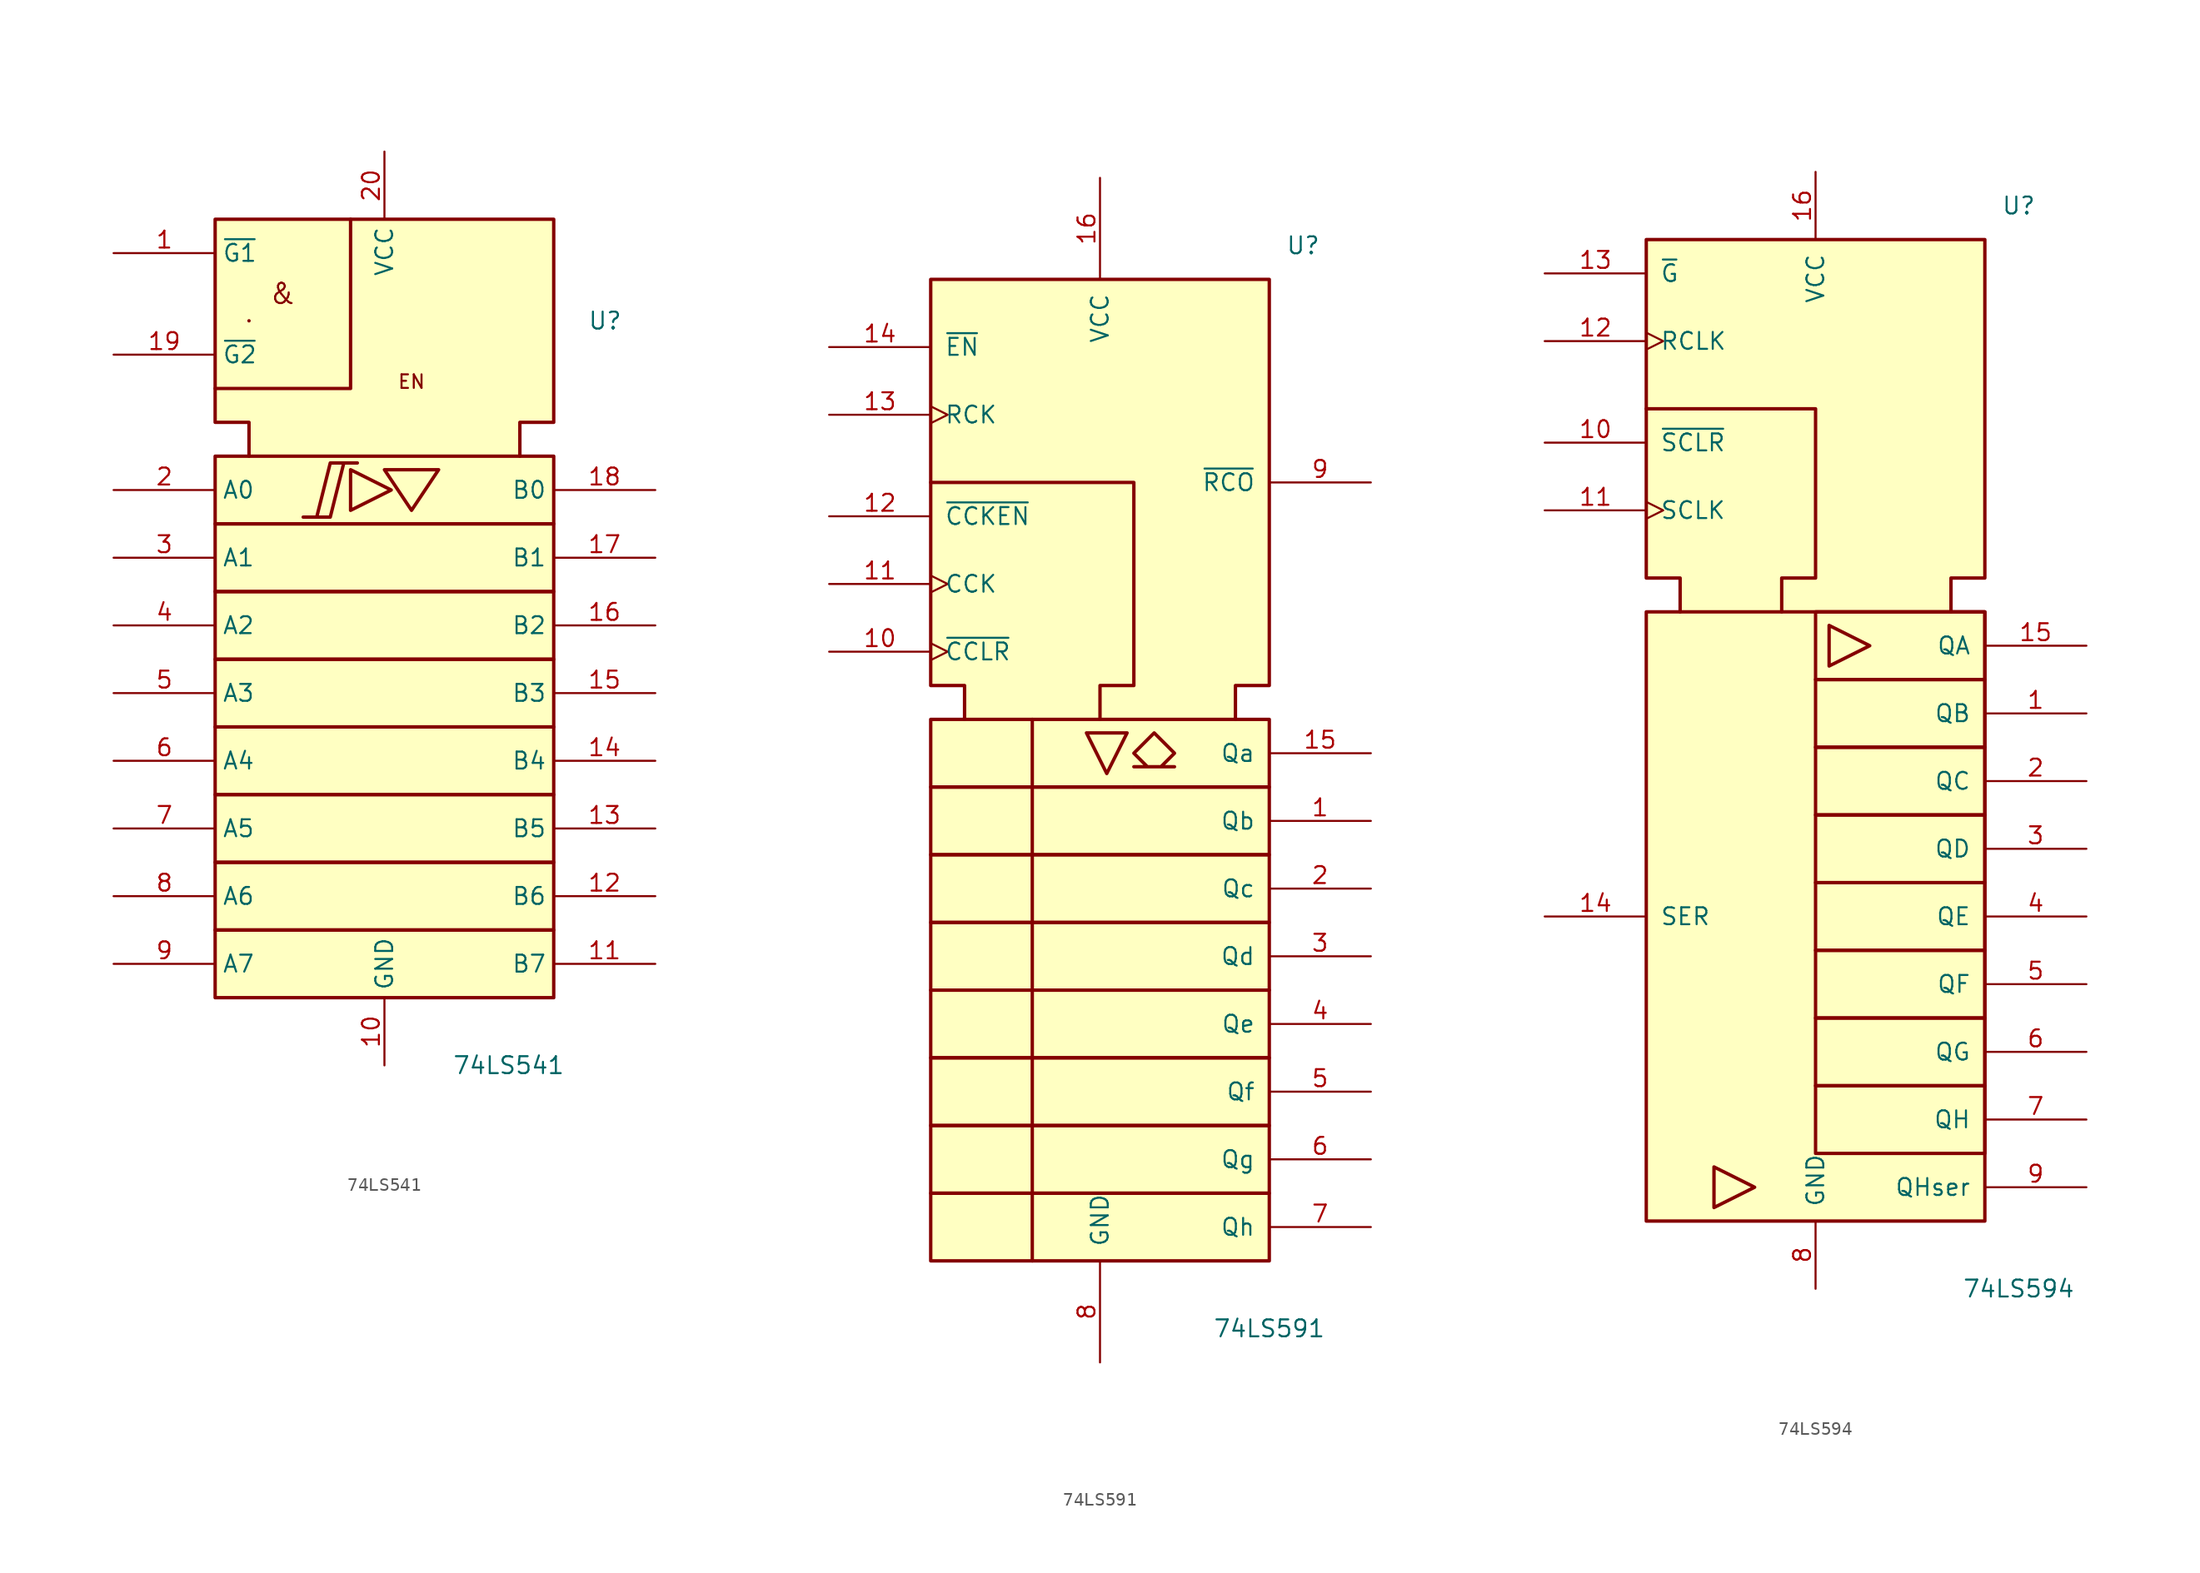
<source format=kicad_sym>
(kicad_symbol_lib
  (version 20241209)
  (generator "kicad_symbol_editor")
  (generator_version "9.0")
  (symbol "74LS541"
    (property "Reference" "U"
      (at 15.24 25.4 0)
      (effects (font (size 1.27 1.27)) (justify left)))
    (property "Value" "74LS541"
      (at 5.08 -30.48 0)
      (effects (font (size 1.27 1.27)) (justify left)))
    (symbol "74LS541_0_0"
      (polyline (pts (xy -10.16 25.4) (xy -10.16 25.4) (xy -10.16 25.4)) (stroke (width 0.254) (type default)) (fill (type background)))
      (polyline (pts (xy -6.096 10.668) (xy -4.064 10.668) (xy -3.048 14.732) (xy -2.032 14.732) (xy -4.064 14.732) (xy -5.08 10.668) (xy -5.08 10.668)) (stroke (width 0.254) (type default)) (fill (type background)))
      (polyline (pts (xy -2.54 33.02) (xy -2.54 20.32) (xy -12.7 20.32) (xy -12.7 20.32)) (stroke (width 0.254) (type default)) (fill (type background)))
      (polyline (pts (xy -2.54 14.224) (xy -2.54 11.176) (xy 0.508 12.7) (xy -2.54 14.224) (xy -2.54 14.224)) (stroke (width 0.254) (type default)) (fill (type background)))
      (polyline (pts (xy 0 14.224) (xy 4.064 14.224) (xy 2.032 11.176) (xy 0 14.224) (xy 0 14.224)) (stroke (width 0.254) (type default)) (fill (type background)))
      (text "&" (at -7.62 27.432 0) (effects (font (size 1.524 1.524))))
      (text "EN" (at 2.032 20.828 0) (effects (font (size 1.016 1.016))))
      (pin power_in line (at 0 38.1 270) (length 5.08) (name "VCC" (effects (font (size 1.27 1.27)))) (number "20" (effects (font (size 1.27 1.27)))))
      (pin power_in line (at 0 -30.48 90) (length 5.08) (name "GND" (effects (font (size 1.27 1.27)))) (number "10" (effects (font (size 1.27 1.27))))))
    (symbol "74LS541_0_1"
      (rectangle (start -12.7 15.24) (end 12.7 10.16) (stroke (width 0.254) (type default)) (fill (type background)))
      (rectangle (start -12.7 10.16) (end 12.7 5.08) (stroke (width 0.254) (type default)) (fill (type background)))
      (rectangle (start -12.7 5.08) (end 12.7 0) (stroke (width 0.254) (type default)) (fill (type background)))
      (rectangle (start -12.7 0) (end 12.7 -5.08) (stroke (width 0.254) (type default)) (fill (type background)))
      (rectangle (start -12.7 -5.08) (end 12.7 -10.16) (stroke (width 0.254) (type default)) (fill (type background)))
      (rectangle (start -12.7 -10.16) (end 12.7 -15.24) (stroke (width 0.254) (type default)) (fill (type background)))
      (rectangle (start -12.7 -15.24) (end 12.7 -20.32) (stroke (width 0.254) (type default)) (fill (type background)))
      (rectangle (start -12.7 -20.32) (end 12.7 -25.4) (stroke (width 0.254) (type default)) (fill (type background)))
      (polyline (pts (xy -10.16 15.24) (xy -10.16 17.78) (xy -12.7 17.78) (xy -12.7 33.02) (xy 12.7 33.02) (xy 12.7 17.78) (xy 10.16 17.78) (xy 10.16 15.24) (xy 10.16 15.24)) (stroke (width 0.254) (type default)) (fill (type background))))
    (symbol "74LS541_1_1"
      (pin input line (at -20.32 30.48 0) (length 7.62) (name "~{G1}" (effects (font (size 1.27 1.27)))) (number "1" (effects (font (size 1.27 1.27)))))
      (pin input line (at -20.32 22.86 0) (length 7.62) (name "~{G2}" (effects (font (size 1.27 1.27)))) (number "19" (effects (font (size 1.27 1.27)))))
      (pin input line (at -20.32 12.7 0) (length 7.62) (name "A0" (effects (font (size 1.27 1.27)))) (number "2" (effects (font (size 1.27 1.27)))))
      (pin input line (at -20.32 7.62 0) (length 7.62) (name "A1" (effects (font (size 1.27 1.27)))) (number "3" (effects (font (size 1.27 1.27)))))
      (pin input line (at -20.32 2.54 0) (length 7.62) (name "A2" (effects (font (size 1.27 1.27)))) (number "4" (effects (font (size 1.27 1.27)))))
      (pin input line (at -20.32 -2.54 0) (length 7.62) (name "A3" (effects (font (size 1.27 1.27)))) (number "5" (effects (font (size 1.27 1.27)))))
      (pin input line (at -20.32 -7.62 0) (length 7.62) (name "A4" (effects (font (size 1.27 1.27)))) (number "6" (effects (font (size 1.27 1.27)))))
      (pin input line (at -20.32 -12.7 0) (length 7.62) (name "A5" (effects (font (size 1.27 1.27)))) (number "7" (effects (font (size 1.27 1.27)))))
      (pin input line (at -20.32 -17.78 0) (length 7.62) (name "A6" (effects (font (size 1.27 1.27)))) (number "8" (effects (font (size 1.27 1.27)))))
      (pin input line (at -20.32 -22.86 0) (length 7.62) (name "A7" (effects (font (size 1.27 1.27)))) (number "9" (effects (font (size 1.27 1.27)))))
      (pin tri_state line (at 20.32 12.7 180) (length 7.62) (name "B0" (effects (font (size 1.27 1.27)))) (number "18" (effects (font (size 1.27 1.27)))))
      (pin tri_state line (at 20.32 7.62 180) (length 7.62) (name "B1" (effects (font (size 1.27 1.27)))) (number "17" (effects (font (size 1.27 1.27)))))
      (pin tri_state line (at 20.32 2.54 180) (length 7.62) (name "B2" (effects (font (size 1.27 1.27)))) (number "16" (effects (font (size 1.27 1.27)))))
      (pin tri_state line (at 20.32 -2.54 180) (length 7.62) (name "B3" (effects (font (size 1.27 1.27)))) (number "15" (effects (font (size 1.27 1.27)))))
      (pin tri_state line (at 20.32 -7.62 180) (length 7.62) (name "B4" (effects (font (size 1.27 1.27)))) (number "14" (effects (font (size 1.27 1.27)))))
      (pin tri_state line (at 20.32 -12.7 180) (length 7.62) (name "B5" (effects (font (size 1.27 1.27)))) (number "13" (effects (font (size 1.27 1.27)))))
      (pin tri_state line (at 20.32 -17.78 180) (length 7.62) (name "B6" (effects (font (size 1.27 1.27)))) (number "12" (effects (font (size 1.27 1.27)))))
      (pin tri_state line (at 20.32 -22.86 180) (length 7.62) (name "B7" (effects (font (size 1.27 1.27)))) (number "11" (effects (font (size 1.27 1.27)))))))
  (symbol "74LS591"
    (pin_names
      (offset 1.016))
    (property "Reference" "U"
      (at 15.24 40.64 0)
      (effects (font (size 1.27 1.27))))
    (property "Value" "74LS591"
      (at 12.7 -40.64 0)
      (effects (font (size 1.27 1.27))))
    (symbol "74LS591_0_0"
      (polyline (pts (xy -12.7 22.86) (xy 2.54 22.86) (xy 2.54 7.62) (xy 0 7.62) (xy 0 5.08) (xy 0 5.08)) (stroke (width 0.254) (type default)) (fill (type background)))
      (rectangle (start -12.7 5.08) (end 12.7 0) (stroke (width 0.254) (type default)) (fill (type background)))
      (rectangle (start -12.7 0) (end 12.7 -5.08) (stroke (width 0.254) (type default)) (fill (type background)))
      (rectangle (start -12.7 -5.08) (end 12.7 -10.16) (stroke (width 0.254) (type default)) (fill (type background)))
      (rectangle (start -12.7 -10.16) (end 12.7 -15.24) (stroke (width 0.254) (type default)) (fill (type background)))
      (rectangle (start -12.7 -15.24) (end 12.7 -20.32) (stroke (width 0.254) (type default)) (fill (type background)))
      (rectangle (start -12.7 -20.32) (end 12.7 -25.4) (stroke (width 0.254) (type default)) (fill (type background)))
      (rectangle (start -12.7 -25.4) (end 12.7 -30.48) (stroke (width 0.254) (type default)) (fill (type background)))
      (rectangle (start -12.7 -30.48) (end 12.7 -35.56) (stroke (width 0.254) (type default)) (fill (type background)))
      (polyline (pts (xy -10.16 5.08) (xy -10.16 7.62) (xy -12.7 7.62) (xy -12.7 38.1) (xy 12.7 38.1) (xy 12.7 7.62) (xy 10.16 7.62) (xy 10.16 5.08) (xy 10.16 5.08)) (stroke (width 0.254) (type default)) (fill (type background)))
      (polyline (pts (xy -5.08 5.08) (xy -5.08 -35.56) (xy -5.08 -35.56)) (stroke (width 0.254) (type default)) (fill (type background)))
      (polyline (pts (xy -1.016 4.064) (xy 2.032 4.064) (xy 0.508 1.016) (xy -1.016 4.064) (xy -1.016 4.064)) (stroke (width 0.254) (type default)) (fill (type background)))
      (polyline (pts (xy 4.064 4.064) (xy 5.588 2.54) (xy 4.572 1.524) (xy 5.588 1.524) (xy 2.54 1.524) (xy 3.556 1.524) (xy 2.54 2.54) (xy 4.064 4.064) (xy 4.064 4.064)) (stroke (width 0.254) (type default)) (fill (type background))))
    (symbol "74LS591_0_1"
      (pin power_in line (at 0 45.72 270) (length 7.62) (name "VCC" (effects (font (size 1.27 1.27)))) (number "16" (effects (font (size 1.27 1.27)))))
      (pin power_in line (at 0 -43.18 90) (length 7.62) (name "GND" (effects (font (size 1.27 1.27)))) (number "8" (effects (font (size 1.27 1.27))))))
    (symbol "74LS591_1_1"
      (pin input line (at -20.32 33.02 0) (length 7.62) (name "~{EN}" (effects (font (size 1.27 1.27)))) (number "14" (effects (font (size 1.27 1.27)))))
      (pin input clock (at -20.32 27.94 0) (length 7.62) (name "RCK" (effects (font (size 1.27 1.27)))) (number "13" (effects (font (size 1.27 1.27)))))
      (pin input line (at -20.32 20.32 0) (length 7.62) (name "~{CCKEN}" (effects (font (size 1.27 1.27)))) (number "12" (effects (font (size 1.27 1.27)))))
      (pin input clock (at -20.32 15.24 0) (length 7.62) (name "CCK" (effects (font (size 1.27 1.27)))) (number "11" (effects (font (size 1.27 1.27)))))
      (pin input clock (at -20.32 10.16 0) (length 7.62) (name "~{CCLR}" (effects (font (size 1.27 1.27)))) (number "10" (effects (font (size 1.27 1.27)))))
      (pin output line (at 20.32 22.86 180) (length 7.62) (name "~{RCO}" (effects (font (size 1.27 1.27)))) (number "9" (effects (font (size 1.27 1.27)))))
      (pin output line (at 20.32 2.54 180) (length 7.62) (name "Qa" (effects (font (size 1.27 1.27)))) (number "15" (effects (font (size 1.27 1.27)))))
      (pin output line (at 20.32 -2.54 180) (length 7.62) (name "Qb" (effects (font (size 1.27 1.27)))) (number "1" (effects (font (size 1.27 1.27)))))
      (pin output line (at 20.32 -7.62 180) (length 7.62) (name "Qc" (effects (font (size 1.27 1.27)))) (number "2" (effects (font (size 1.27 1.27)))))
      (pin output line (at 20.32 -12.7 180) (length 7.62) (name "Qd" (effects (font (size 1.27 1.27)))) (number "3" (effects (font (size 1.27 1.27)))))
      (pin output line (at 20.32 -17.78 180) (length 7.62) (name "Qe" (effects (font (size 1.27 1.27)))) (number "4" (effects (font (size 1.27 1.27)))))
      (pin output line (at 20.32 -22.86 180) (length 7.62) (name "Qf" (effects (font (size 1.27 1.27)))) (number "5" (effects (font (size 1.27 1.27)))))
      (pin output line (at 20.32 -27.94 180) (length 7.62) (name "Qg" (effects (font (size 1.27 1.27)))) (number "6" (effects (font (size 1.27 1.27)))))
      (pin output line (at 20.32 -33.02 180) (length 7.62) (name "Qh" (effects (font (size 1.27 1.27)))) (number "7" (effects (font (size 1.27 1.27)))))))
  (symbol "74LS594"
    (pin_names
      (offset 1.016))
    (property "Reference" "U"
      (at 15.24 33.02 0)
      (effects (font (size 1.27 1.27))))
    (property "Value" "74LS594"
      (at 15.24 -48.26 0)
      (effects (font (size 1.27 1.27))))
    (symbol "74LS594_0_0"
      (polyline (pts (xy -12.7 17.78) (xy 0 17.78) (xy 0 5.08) (xy -2.54 5.08) (xy -2.54 2.54) (xy -2.54 2.54)) (stroke (width 0.254) (type default)) (fill (type background)))
      (rectangle (start -12.7 2.54) (end 12.7 -43.18) (stroke (width 0.254) (type default)) (fill (type background)))
      (polyline (pts (xy -10.16 2.54) (xy -10.16 5.08) (xy -12.7 5.08) (xy -12.7 30.48) (xy 12.7 30.48) (xy 12.7 5.08) (xy 10.16 5.08) (xy 10.16 2.54) (xy 10.16 2.54)) (stroke (width 0.254) (type default)) (fill (type background)))
      (polyline (pts (xy -4.572 -40.64) (xy -7.62 -39.116) (xy -7.62 -42.164) (xy -4.572 -40.64) (xy -4.572 -40.64)) (stroke (width 0.254) (type default)) (fill (type background)))
      (rectangle (start 0 2.54) (end 12.7 -2.54) (stroke (width 0.254) (type default)) (fill (type background)))
      (rectangle (start 0 -2.54) (end 12.7 -7.62) (stroke (width 0.254) (type default)) (fill (type background)))
      (rectangle (start 0 -7.62) (end 12.7 -12.7) (stroke (width 0.254) (type default)) (fill (type background)))
      (rectangle (start 0 -12.7) (end 12.7 -17.78) (stroke (width 0.254) (type default)) (fill (type background)))
      (rectangle (start 0 -17.78) (end 12.7 -22.86) (stroke (width 0.254) (type default)) (fill (type background)))
      (rectangle (start 0 -22.86) (end 12.7 -27.94) (stroke (width 0.254) (type default)) (fill (type background)))
      (rectangle (start 0 -27.94) (end 12.7 -33.02) (stroke (width 0.254) (type default)) (fill (type background)))
      (rectangle (start 0 -33.02) (end 12.7 -38.1) (stroke (width 0.254) (type default)) (fill (type background)))
      (polyline (pts (xy 1.016 1.524) (xy 1.016 -1.524) (xy 4.064 0) (xy 1.016 1.524) (xy 1.016 1.524)) (stroke (width 0.254) (type default)) (fill (type background))))
    (symbol "74LS594_0_1"
      (pin power_in line (at 0 -48.26 90) (length 5.08) (name "GND" (effects (font (size 1.27 1.27)))) (number "8" (effects (font (size 1.27 1.27))))))
    (symbol "74LS594_1_1"
      (pin input line (at -20.32 27.94 0) (length 7.62) (name "~{G}" (effects (font (size 1.27 1.27)))) (number "13" (effects (font (size 1.27 1.27)))))
      (pin input clock (at -20.32 22.86 0) (length 7.62) (name "RCLK" (effects (font (size 1.27 1.27)))) (number "12" (effects (font (size 1.27 1.27)))))
      (pin input line (at -20.32 15.24 0) (length 7.62) (name "~{SCLR}" (effects (font (size 1.27 1.27)))) (number "10" (effects (font (size 1.27 1.27)))))
      (pin input clock (at -20.32 10.16 0) (length 7.62) (name "SCLK" (effects (font (size 1.27 1.27)))) (number "11" (effects (font (size 1.27 1.27)))))
      (pin input line (at -20.32 -20.32 0) (length 7.62) (name "SER" (effects (font (size 1.27 1.27)))) (number "14" (effects (font (size 1.27 1.27)))))
      (pin power_in line (at 0 35.56 270) (length 5.08) (name "VCC" (effects (font (size 1.27 1.27)))) (number "16" (effects (font (size 1.27 1.27)))))
      (pin tri_state line (at 20.32 0 180) (length 7.62) (name "QA" (effects (font (size 1.27 1.27)))) (number "15" (effects (font (size 1.27 1.27)))))
      (pin tri_state line (at 20.32 -5.08 180) (length 7.62) (name "QB" (effects (font (size 1.27 1.27)))) (number "1" (effects (font (size 1.27 1.27)))))
      (pin tri_state line (at 20.32 -10.16 180) (length 7.62) (name "QC" (effects (font (size 1.27 1.27)))) (number "2" (effects (font (size 1.27 1.27)))))
      (pin tri_state line (at 20.32 -15.24 180) (length 7.62) (name "QD" (effects (font (size 1.27 1.27)))) (number "3" (effects (font (size 1.27 1.27)))))
      (pin tri_state line (at 20.32 -20.32 180) (length 7.62) (name "QE" (effects (font (size 1.27 1.27)))) (number "4" (effects (font (size 1.27 1.27)))))
      (pin tri_state line (at 20.32 -25.4 180) (length 7.62) (name "QF" (effects (font (size 1.27 1.27)))) (number "5" (effects (font (size 1.27 1.27)))))
      (pin tri_state line (at 20.32 -30.48 180) (length 7.62) (name "QG" (effects (font (size 1.27 1.27)))) (number "6" (effects (font (size 1.27 1.27)))))
      (pin tri_state line (at 20.32 -35.56 180) (length 7.62) (name "QH" (effects (font (size 1.27 1.27)))) (number "7" (effects (font (size 1.27 1.27)))))
      (pin output line (at 20.32 -40.64 180) (length 7.62) (name "QHser" (effects (font (size 1.27 1.27)))) (number "9" (effects (font (size 1.27 1.27))))))))
</source>
